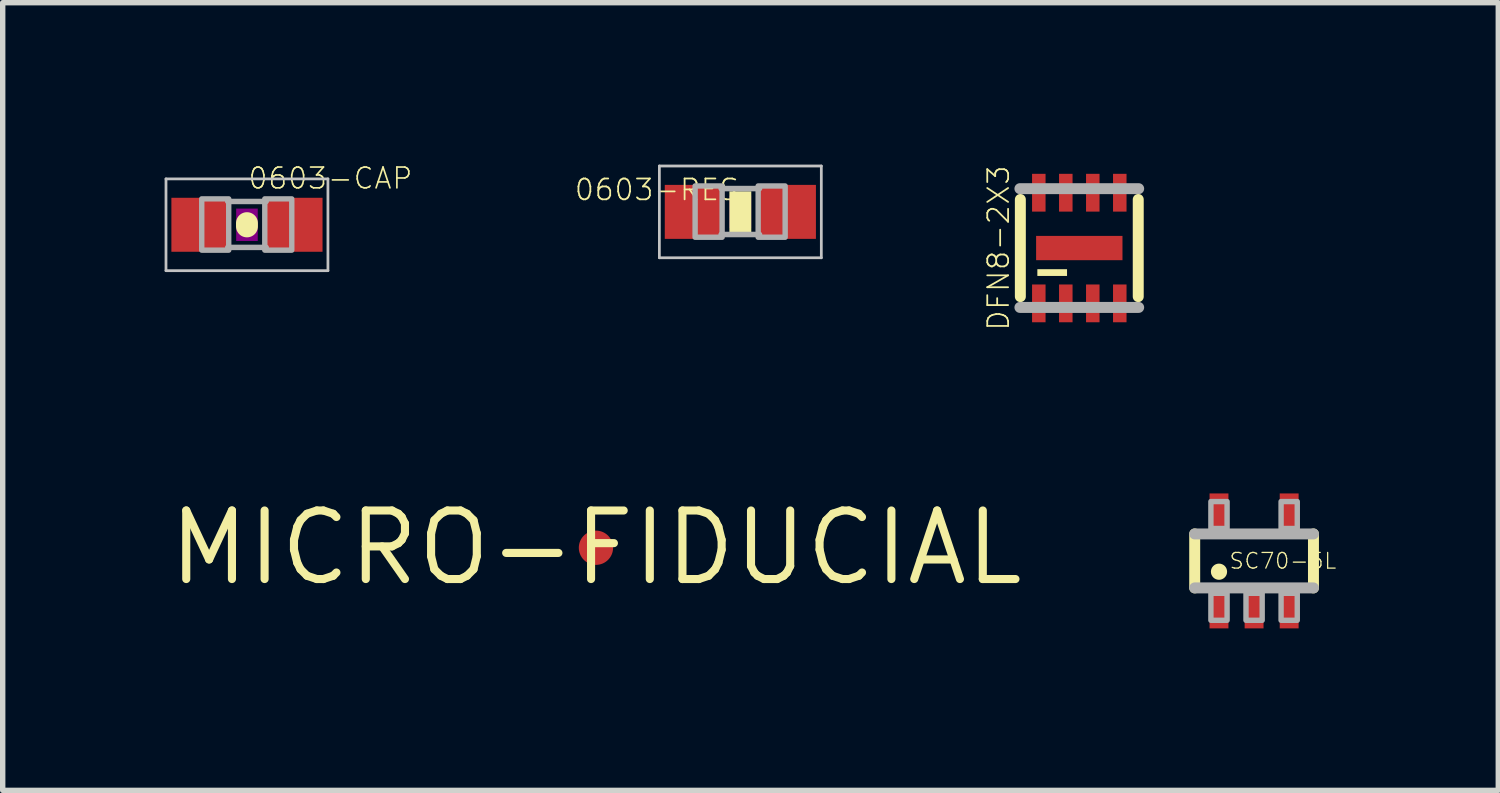
<source format=kicad_pcb>
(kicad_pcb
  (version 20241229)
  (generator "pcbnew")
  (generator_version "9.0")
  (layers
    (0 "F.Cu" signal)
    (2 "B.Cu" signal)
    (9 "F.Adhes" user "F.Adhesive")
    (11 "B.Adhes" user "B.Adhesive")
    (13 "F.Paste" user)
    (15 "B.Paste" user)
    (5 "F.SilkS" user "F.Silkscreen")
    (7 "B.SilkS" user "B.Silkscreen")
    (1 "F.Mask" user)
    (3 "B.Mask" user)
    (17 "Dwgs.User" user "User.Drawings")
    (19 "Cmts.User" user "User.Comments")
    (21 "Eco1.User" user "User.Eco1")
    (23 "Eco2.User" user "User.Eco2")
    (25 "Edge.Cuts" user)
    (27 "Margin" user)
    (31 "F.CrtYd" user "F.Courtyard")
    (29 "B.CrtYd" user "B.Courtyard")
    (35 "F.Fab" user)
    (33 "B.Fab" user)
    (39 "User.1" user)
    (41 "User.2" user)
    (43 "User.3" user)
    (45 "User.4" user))
  (footprint "DFN8-2X3"
    (layer "F.Cu")
    (at 16.944 1.545)
    (property "Reference" "DFN8-2X3" (at -1.27 0 90) (layer "F.SilkS") (effects (font (size 0.386 0.386) (thickness 0.033)) (justify bottom)))
    (attr through_hole)
    (fp_line (start -1.092 0.9) (end -1.092 -0.9) (stroke (width 0.203) (type solid)) (layer "F.SilkS"))
    (fp_line (start 1.092 -0.9) (end 1.092 0.9) (stroke (width 0.203) (type solid)) (layer "F.SilkS"))
    (fp_poly (pts (xy -0.777 0.517) (xy -0.227 0.517) (xy -0.227 0.392) (xy -0.777 0.392)) (stroke (width 0) (type solid)) (fill yes) (layer "F.SilkS"))
    (fp_line (start -1.1 -1.1) (end 1.1 -1.1) (stroke (width 0.203) (type solid)) (layer "F.Fab"))
    (fp_line (start 1.1 1.1) (end -1.1 1.1) (stroke (width 0.203) (type solid)) (layer "F.Fab"))
    (pad "1" smd rect (at -0.75 1.025) (size 0.25 0.7) (layers "F.Cu" "F.Mask" "F.Paste"))
    (pad "2" smd rect (at -0.25 1.025) (size 0.25 0.7) (layers "F.Cu" "F.Mask" "F.Paste"))
    (pad "3" smd rect (at 0.25 1.025) (size 0.25 0.7) (layers "F.Cu" "F.Mask" "F.Paste"))
    (pad "4" smd rect (at 0.75 1.025 180) (size 0.25 0.7) (layers "F.Cu" "F.Mask" "F.Paste"))
    (pad "5" smd rect (at 0.75 -1.025 180) (size 0.25 0.7) (layers "F.Cu" "F.Mask" "F.Paste"))
    (pad "6" smd rect (at 0.25 -1.025 180) (size 0.25 0.7) (layers "F.Cu" "F.Mask" "F.Paste"))
    (pad "7" smd rect (at -0.25 -1.025 180) (size 0.25 0.7) (layers "F.Cu" "F.Mask" "F.Paste"))
    (pad "8" smd rect (at -0.75 -1.025 180) (size 0.25 0.7) (layers "F.Cu" "F.Mask" "F.Paste"))
    (pad "EXP" smd rect (at 0 0) (size 1.6 0.45) (layers "F.Cu" "F.Mask" "F.Paste")))
  (footprint "0603-CAP"
    (layer "F.Cu")
    (at 1.525 1.114)
    (property "Reference" "0603-CAP" (at 0 -0.635 0) (layer "F.SilkS") (effects (font (size 0.386 0.386) (thickness 0.031)) (justify left bottom)))
    (attr through_hole)
    (fp_line (start 0 -0.03) (end 0 0.03) (stroke (width 0.406) (type solid)) (layer "F.SilkS"))
    (fp_poly (pts (xy -0.2 0.3) (xy 0.2 0.3) (xy 0.2 -0.3) (xy -0.2 -0.3)) (stroke (width 0) (type solid)) (fill yes) (layer "F.Adhes"))
    (fp_line (start -1.5 -0.85) (end 1.5 -0.85) (stroke (width 0.051) (type solid)) (layer "Dwgs.User"))
    (fp_line (start -1.5 0.85) (end -1.5 -0.85) (stroke (width 0.051) (type solid)) (layer "Dwgs.User"))
    (fp_line (start 1.5 -0.85) (end 1.5 0.85) (stroke (width 0.051) (type solid)) (layer "Dwgs.User"))
    (fp_line (start 1.5 0.85) (end -1.5 0.85) (stroke (width 0.051) (type solid)) (layer "Dwgs.User"))
    (fp_line (start -0.356 -0.432) (end 0.356 -0.432) (stroke (width 0.102) (type solid)) (layer "F.Fab"))
    (fp_line (start -0.356 0.419) (end 0.356 0.419) (stroke (width 0.102) (type solid)) (layer "F.Fab"))
    (fp_poly (pts (xy -0.838 0.47) (xy -0.338 0.47) (xy -0.338 -0.48) (xy -0.838 -0.48)) (stroke (width 0.1) (type solid)) (fill no) (layer "F.Fab"))
    (fp_poly (pts (xy 0.33 0.47) (xy 0.83 0.47) (xy 0.83 -0.48) (xy 0.33 -0.48)) (stroke (width 0.1) (type solid)) (fill no) (layer "F.Fab"))
    (pad "1" smd rect (at -0.85 0) (size 1.1 1) (layers "F.Cu" "F.Mask" "F.Paste"))
    (pad "2" smd rect (at 0.85 0) (size 1.1 1) (layers "F.Cu" "F.Mask" "F.Paste")))
  (footprint "MICRO-FIDUCIAL"
    (layer "F.Cu")
    (at 7.99 7.097)
    (property "Reference" "MICRO-FIDUCIAL" (at 0 0 0) (layer "F.SilkS") (effects (font (size 1.27 1.27) (thickness 0.15))))
    (attr through_hole)
    (pad "1" smd circle (at 0 0) (size 0.635 0.635) (layers "F.Cu" "F.Mask" "F.Paste")))
  (footprint "0603-RES"
    (layer "F.Cu")
    (at 10.665 0.875)
    (property "Reference" "0603-RES" (at 0 -0.635 0) (layer "F.SilkS") (effects (font (size 0.386 0.386) (thickness 0.033)) (justify right top)))
    (attr through_hole)
    (fp_poly (pts (xy -0.203 0.381) (xy 0.203 0.381) (xy 0.203 -0.381) (xy -0.203 -0.381)) (stroke (width 0) (type solid)) (fill yes) (layer "F.SilkS"))
    (fp_poly (pts (xy -0.2 0.3) (xy 0.2 0.3) (xy 0.2 -0.3) (xy -0.2 -0.3)) (stroke (width 0) (type solid)) (fill yes) (layer "F.Adhes"))
    (fp_line (start -1.5 -0.85) (end 1.5 -0.85) (stroke (width 0.051) (type solid)) (layer "Dwgs.User"))
    (fp_line (start -1.5 0.85) (end -1.5 -0.85) (stroke (width 0.051) (type solid)) (layer "Dwgs.User"))
    (fp_line (start 1.5 -0.85) (end 1.5 0.85) (stroke (width 0.051) (type solid)) (layer "Dwgs.User"))
    (fp_line (start 1.5 0.85) (end -1.5 0.85) (stroke (width 0.051) (type solid)) (layer "Dwgs.User"))
    (fp_line (start -0.356 -0.432) (end 0.356 -0.432) (stroke (width 0.102) (type solid)) (layer "F.Fab"))
    (fp_line (start -0.356 0.419) (end 0.356 0.419) (stroke (width 0.102) (type solid)) (layer "F.Fab"))
    (fp_poly (pts (xy -0.838 0.47) (xy -0.338 0.47) (xy -0.338 -0.48) (xy -0.838 -0.48)) (stroke (width 0.1) (type solid)) (fill no) (layer "F.Fab"))
    (fp_poly (pts (xy 0.33 0.47) (xy 0.83 0.47) (xy 0.83 -0.48) (xy 0.33 -0.48)) (stroke (width 0.1) (type solid)) (fill no) (layer "F.Fab"))
    (pad "1" smd rect (at -0.85 0) (size 1.1 1) (layers "F.Cu" "F.Mask" "F.Paste"))
    (pad "2" smd rect (at 0.85 0) (size 1.1 1) (layers "F.Cu" "F.Mask" "F.Paste")))
  (footprint "SC70-5L"
    (layer "F.Cu")
    (at 20.182 7.341)
    (property "Reference" "SC70-5L" (at -0.476 0 0) (layer "F.SilkS") (effects (font (size 0.29 0.29) (thickness 0.024)) (justify left)))
    (attr through_hole)
    (fp_line (start -1.1 0.5) (end -1.1 -0.5) (stroke (width 0.203) (type solid)) (layer "F.SilkS"))
    (fp_line (start 1.1 -0.5) (end 1.1 0.5) (stroke (width 0.203) (type solid)) (layer "F.SilkS"))
    (fp_circle (center -0.65 0.2) (end -0.5 0.2) (stroke (width 0) (type solid)) (fill yes) (layer "F.SilkS"))
    (fp_line (start -1.1 -0.5) (end 1.1 -0.5) (stroke (width 0.203) (type solid)) (layer "F.Fab"))
    (fp_line (start 1.1 0.5) (end -1.1 0.5) (stroke (width 0.203) (type solid)) (layer "F.Fab"))
    (fp_poly (pts (xy -0.8 -0.6) (xy -0.5 -0.6) (xy -0.5 -1.1) (xy -0.8 -1.1)) (stroke (width 0.1) (type solid)) (fill no) (layer "F.Fab"))
    (fp_poly (pts (xy -0.8 1.1) (xy -0.5 1.1) (xy -0.5 0.6) (xy -0.8 0.6)) (stroke (width 0.1) (type solid)) (fill no) (layer "F.Fab"))
    (fp_poly (pts (xy -0.15 1.1) (xy 0.15 1.1) (xy 0.15 0.6) (xy -0.15 0.6)) (stroke (width 0.1) (type solid)) (fill no) (layer "F.Fab"))
    (fp_poly (pts (xy 0.5 -0.6) (xy 0.8 -0.6) (xy 0.8 -1.1) (xy 0.5 -1.1)) (stroke (width 0.1) (type solid)) (fill no) (layer "F.Fab"))
    (fp_poly (pts (xy 0.5 1.1) (xy 0.8 1.1) (xy 0.8 0.6) (xy 0.5 0.6)) (stroke (width 0.1) (type solid)) (fill no) (layer "F.Fab"))
    (pad "1" smd rect (at -0.65 0.85) (size 0.35 0.8) (layers "F.Cu" "F.Mask" "F.Paste"))
    (pad "2" smd rect (at 0 0.85) (size 0.35 0.8) (layers "F.Cu" "F.Mask" "F.Paste"))
    (pad "3" smd rect (at 0.65 0.85) (size 0.35 0.8) (layers "F.Cu" "F.Mask" "F.Paste"))
    (pad "4" smd rect (at 0.65 -0.85) (size 0.35 0.8) (layers "F.Cu" "F.Mask" "F.Paste"))
    (pad "5" smd rect (at -0.65 -0.85) (size 0.35 0.8) (layers "F.Cu" "F.Mask" "F.Paste")))
  (gr_rect
    (start -3 -3)
    (end 24.706 11.591)
    (stroke (width 0.1) (type default))
    (fill no)
    (layer "Edge.Cuts")))
</source>
